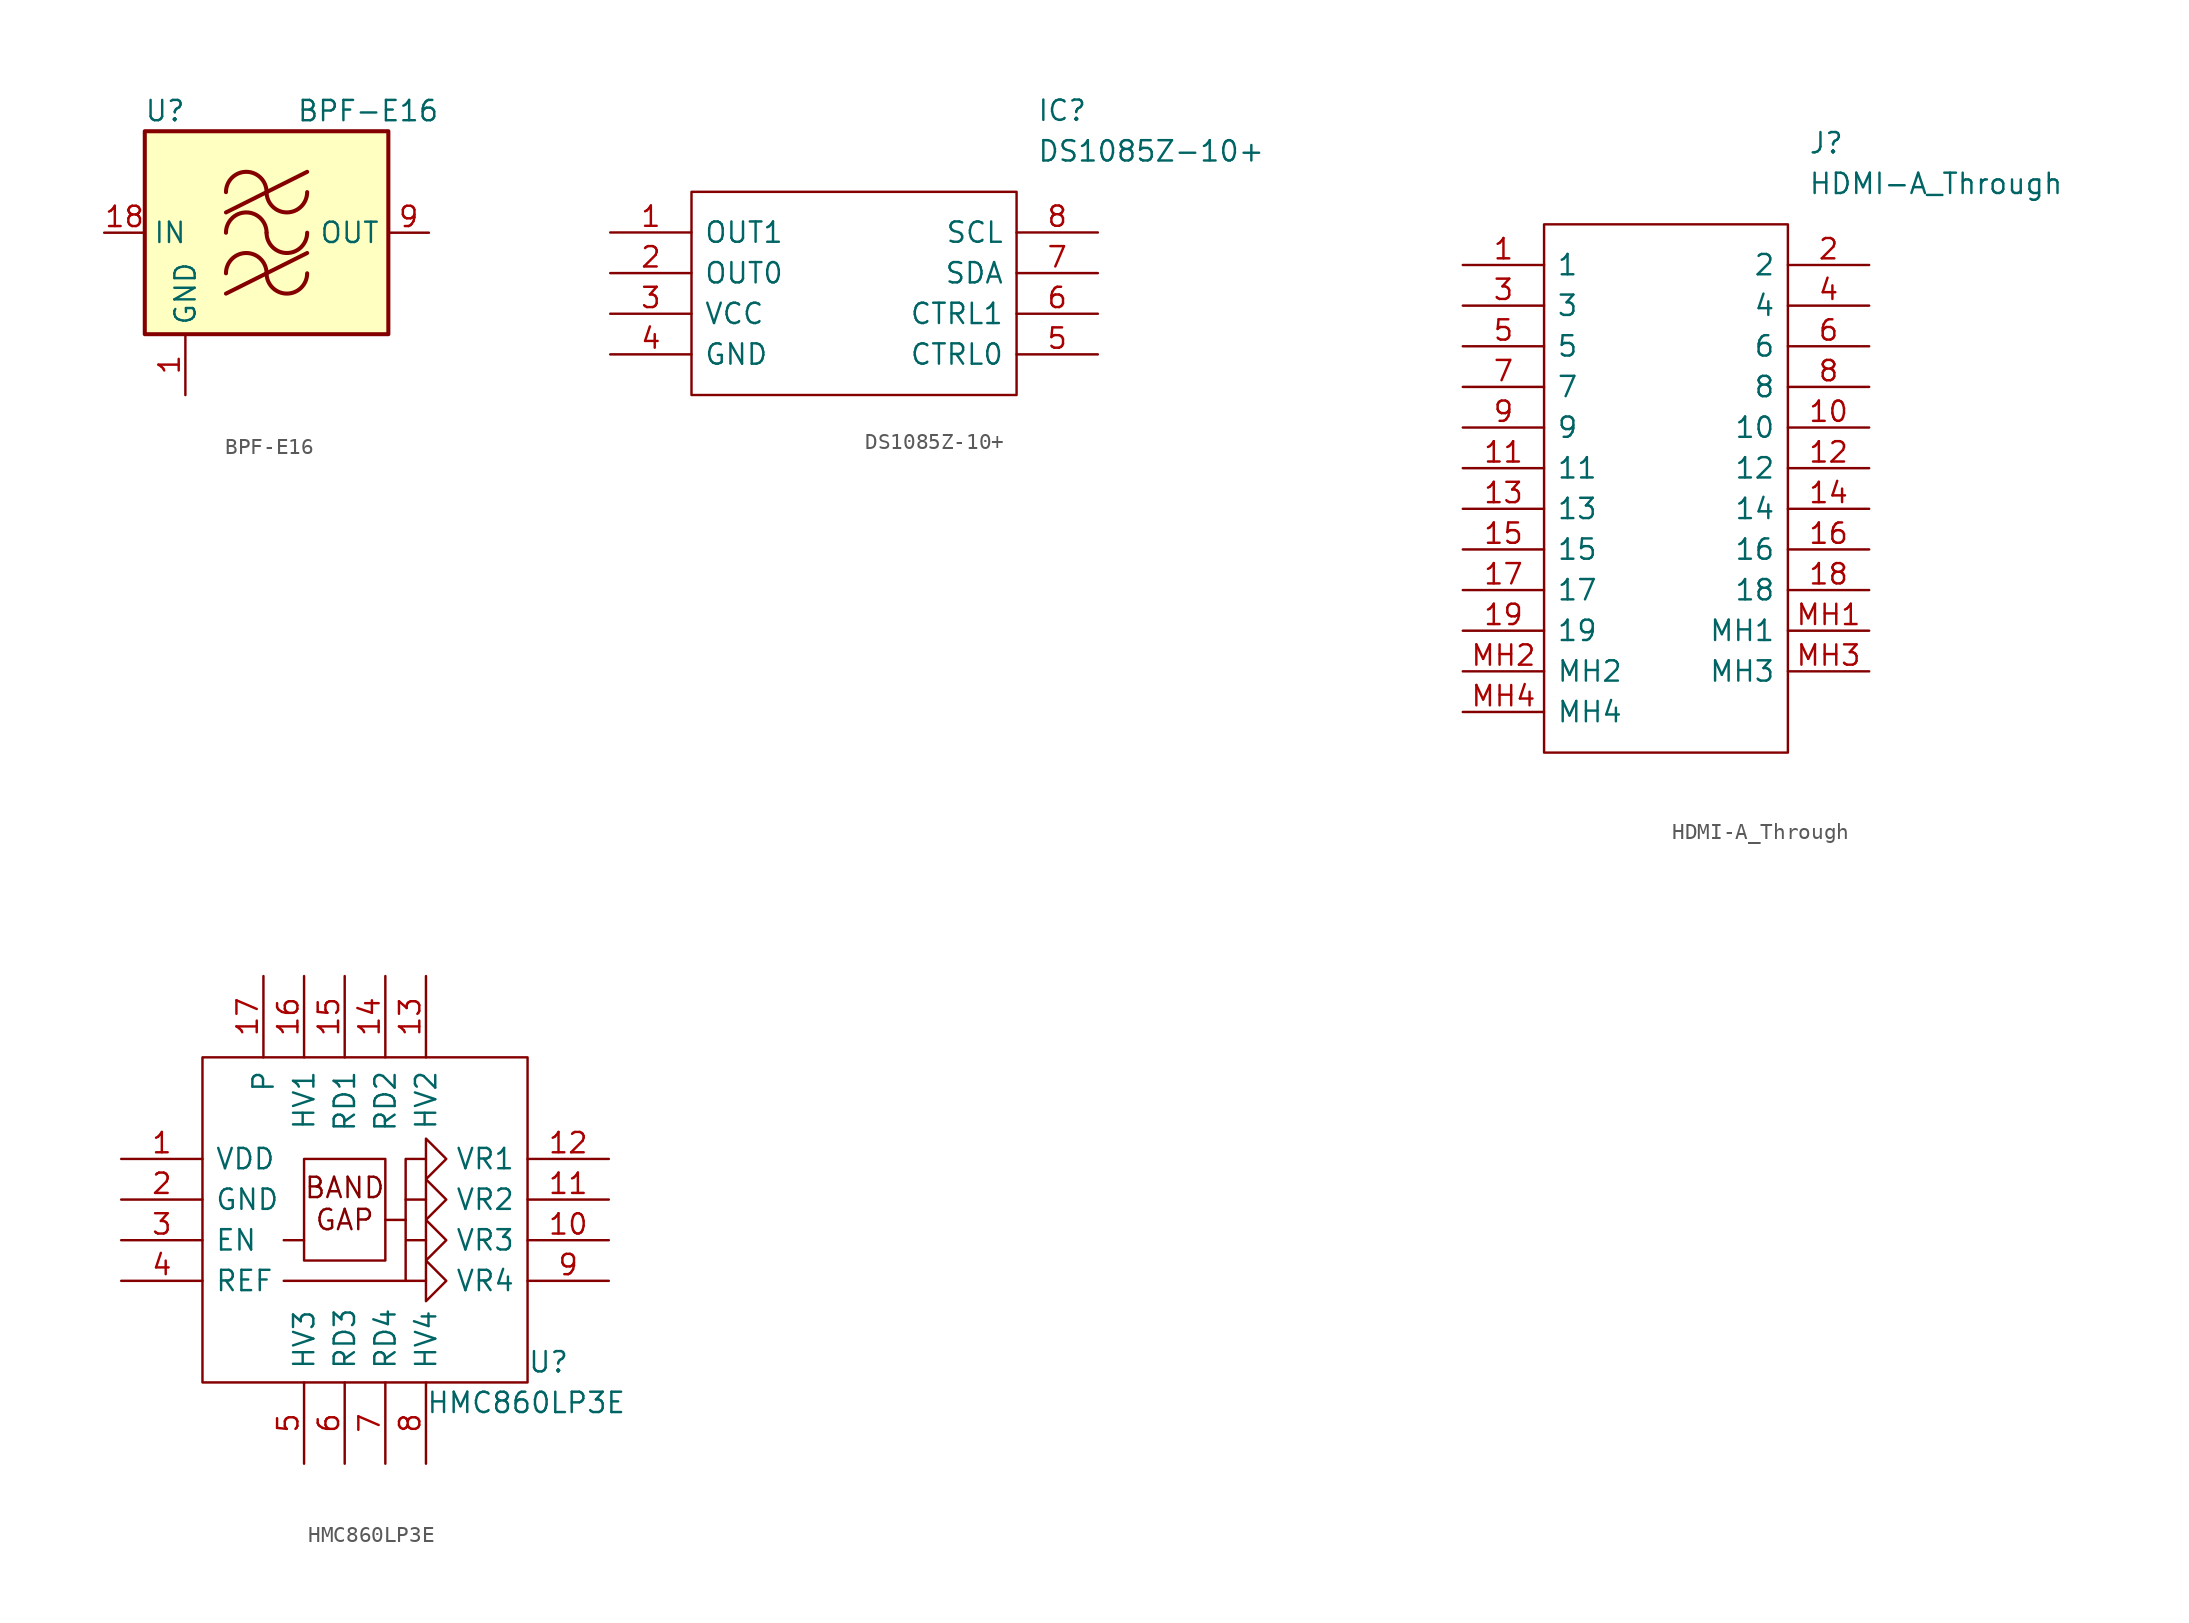
<source format=kicad_sym>
(kicad_symbol_lib
  (version 20211014)
  (generator kicad_symbol_editor)
  (symbol "BPF-E16"
    (property "Reference" "U"
      (at -6.35 7.62 0)
      (effects (font (size 1.27 1.27))))
    (property "Value" "BPF-E16"
      (at 6.35 7.62 0)
      (effects (font (size 1.27 1.27))))
    (symbol "BPF-E16_0_1"
      (rectangle (start -7.62 6.35) (end 7.62 -6.35) (stroke (width 0.254) (type default) (color 0 0 0 0)) (fill (type background)))
      (arc (start 0 -2.54) (mid -1.27 -1.27) (end -2.54 -2.54) (stroke (width 0.254) (type default) (color 0 0 0 0)) (fill (type none)))
      (arc (start 0 -2.54) (mid 1.27 -3.81) (end 2.54 -2.54) (stroke (width 0.254) (type default) (color 0 0 0 0)) (fill (type none)))
      (arc (start 0 0) (mid -1.27 1.27) (end -2.54 0) (stroke (width 0.254) (type default) (color 0 0 0 0)) (fill (type none)))
      (polyline (pts (xy -2.54 -3.81) (xy 2.54 -1.27)) (stroke (width 0.254) (type default) (color 0 0 0 0)) (fill (type none)))
      (polyline (pts (xy -2.54 1.27) (xy 2.54 3.81)) (stroke (width 0.254) (type default) (color 0 0 0 0)) (fill (type none)))
      (arc (start 0 0) (mid 1.27 -1.27) (end 2.54 0) (stroke (width 0.254) (type default) (color 0 0 0 0)) (fill (type none)))
      (arc (start 0 2.54) (mid -1.27 3.81) (end -2.54 2.54) (stroke (width 0.254) (type default) (color 0 0 0 0)) (fill (type none)))
      (arc (start 0 2.54) (mid 1.27 1.27) (end 2.54 2.54) (stroke (width 0.254) (type default) (color 0 0 0 0)) (fill (type none))))
    (symbol "BPF-E16_1_1"
      (pin power_in line (at -5.08 -10.16 90) (length 3.81) (name "GND" (effects (font (size 1.27 1.27)))) (number "1" (effects (font (size 1.27 1.27)))))
      (pin passive line (at -5.08 -10.16 90) (length 3.81) hide (name "GND" (effects (font (size 1.27 1.27)))) (number "10" (effects (font (size 1.27 1.27)))))
      (pin passive line (at -5.08 -10.16 90) (length 3.81) hide (name "GND" (effects (font (size 1.27 1.27)))) (number "11" (effects (font (size 1.27 1.27)))))
      (pin passive line (at -5.08 -10.16 90) (length 3.81) hide (name "GND" (effects (font (size 1.27 1.27)))) (number "12" (effects (font (size 1.27 1.27)))))
      (pin passive line (at -5.08 -10.16 90) (length 3.81) hide (name "GND" (effects (font (size 1.27 1.27)))) (number "13" (effects (font (size 1.27 1.27)))))
      (pin passive line (at -5.08 -10.16 90) (length 3.81) hide (name "GND" (effects (font (size 1.27 1.27)))) (number "14" (effects (font (size 1.27 1.27)))))
      (pin passive line (at -5.08 -10.16 90) (length 3.81) hide (name "GND" (effects (font (size 1.27 1.27)))) (number "15" (effects (font (size 1.27 1.27)))))
      (pin passive line (at -5.08 -10.16 90) (length 3.81) hide (name "GND" (effects (font (size 1.27 1.27)))) (number "16" (effects (font (size 1.27 1.27)))))
      (pin passive line (at -5.08 -10.16 90) (length 3.81) hide (name "GND" (effects (font (size 1.27 1.27)))) (number "17" (effects (font (size 1.27 1.27)))))
      (pin input line (at -10.16 0 0) (length 2.54) (name "IN" (effects (font (size 1.27 1.27)))) (number "18" (effects (font (size 1.27 1.27)))))
      (pin passive line (at -5.08 -10.16 90) (length 3.81) hide (name "GND" (effects (font (size 1.27 1.27)))) (number "19" (effects (font (size 1.27 1.27)))))
      (pin passive line (at -5.08 -10.16 90) (length 3.81) hide (name "GND" (effects (font (size 1.27 1.27)))) (number "2" (effects (font (size 1.27 1.27)))))
      (pin passive line (at -5.08 -10.16 90) (length 3.81) hide (name "GND" (effects (font (size 1.27 1.27)))) (number "20" (effects (font (size 1.27 1.27)))))
      (pin passive line (at -5.08 -10.16 90) (length 3.81) hide (name "GND" (effects (font (size 1.27 1.27)))) (number "3" (effects (font (size 1.27 1.27)))))
      (pin passive line (at -5.08 -10.16 90) (length 3.81) hide (name "GND" (effects (font (size 1.27 1.27)))) (number "4" (effects (font (size 1.27 1.27)))))
      (pin passive line (at -5.08 -10.16 90) (length 3.81) hide (name "GND" (effects (font (size 1.27 1.27)))) (number "5" (effects (font (size 1.27 1.27)))))
      (pin passive line (at -5.08 -10.16 90) (length 3.81) hide (name "GND" (effects (font (size 1.27 1.27)))) (number "6" (effects (font (size 1.27 1.27)))))
      (pin passive line (at -5.08 -10.16 90) (length 3.81) hide (name "GND" (effects (font (size 1.27 1.27)))) (number "7" (effects (font (size 1.27 1.27)))))
      (pin passive line (at -5.08 -10.16 90) (length 3.81) hide (name "GND" (effects (font (size 1.27 1.27)))) (number "8" (effects (font (size 1.27 1.27)))))
      (pin output line (at 10.16 0 180) (length 2.54) (name "OUT" (effects (font (size 1.27 1.27)))) (number "9" (effects (font (size 1.27 1.27)))))))
  (symbol "DS1085Z-10+"
    (pin_names
      (offset 0.762))
    (property "Reference" "IC"
      (at 11.43 11.43 0)
      (effects (font (size 1.27 1.27)) (justify left)))
    (property "Value" "DS1085Z-10+"
      (at 11.43 8.89 0)
      (effects (font (size 1.27 1.27)) (justify left)))
    (symbol "DS1085Z-10+_0_0"
      (pin output line (at -15.24 3.81 0) (length 5.08) (name "OUT1" (effects (font (size 1.27 1.27)))) (number "1" (effects (font (size 1.27 1.27)))))
      (pin output line (at -15.24 1.27 0) (length 5.08) (name "OUT0" (effects (font (size 1.27 1.27)))) (number "2" (effects (font (size 1.27 1.27)))))
      (pin power_in line (at -15.24 -1.27 0) (length 5.08) (name "VCC" (effects (font (size 1.27 1.27)))) (number "3" (effects (font (size 1.27 1.27)))))
      (pin power_in line (at -15.24 -3.81 0) (length 5.08) (name "GND" (effects (font (size 1.27 1.27)))) (number "4" (effects (font (size 1.27 1.27)))))
      (pin passive line (at 15.24 -3.81 180) (length 5.08) (name "CTRL0" (effects (font (size 1.27 1.27)))) (number "5" (effects (font (size 1.27 1.27)))))
      (pin passive line (at 15.24 -1.27 180) (length 5.08) (name "CTRL1" (effects (font (size 1.27 1.27)))) (number "6" (effects (font (size 1.27 1.27)))))
      (pin passive line (at 15.24 1.27 180) (length 5.08) (name "SDA" (effects (font (size 1.27 1.27)))) (number "7" (effects (font (size 1.27 1.27)))))
      (pin passive line (at 15.24 3.81 180) (length 5.08) (name "SCL" (effects (font (size 1.27 1.27)))) (number "8" (effects (font (size 1.27 1.27))))))
    (symbol "DS1085Z-10+_0_1"
      (polyline (pts (xy -10.16 6.35) (xy 10.16 6.35) (xy 10.16 -6.35) (xy -10.16 -6.35) (xy -10.16 6.35)) (stroke (width 0.152) (type default) (color 0 0 0 0)) (fill (type none)))))
  (symbol "HDMI-A_Through"
    (pin_names
      (offset 0.762))
    (property "Reference" "J"
      (at 21.59 7.62 0)
      (effects (font (size 1.27 1.27)) (justify left)))
    (property "Value" "HDMI-A_Through"
      (at 21.59 5.08 0)
      (effects (font (size 1.27 1.27)) (justify left)))
    (symbol "HDMI-A_Through_0_0"
      (pin bidirectional line (at 0 0 0) (length 5.08) (name "1" (effects (font (size 1.27 1.27)))) (number "1" (effects (font (size 1.27 1.27)))))
      (pin bidirectional line (at 25.4 -10.16 180) (length 5.08) (name "10" (effects (font (size 1.27 1.27)))) (number "10" (effects (font (size 1.27 1.27)))))
      (pin bidirectional line (at 0 -12.7 0) (length 5.08) (name "11" (effects (font (size 1.27 1.27)))) (number "11" (effects (font (size 1.27 1.27)))))
      (pin bidirectional line (at 25.4 -12.7 180) (length 5.08) (name "12" (effects (font (size 1.27 1.27)))) (number "12" (effects (font (size 1.27 1.27)))))
      (pin bidirectional line (at 0 -15.24 0) (length 5.08) (name "13" (effects (font (size 1.27 1.27)))) (number "13" (effects (font (size 1.27 1.27)))))
      (pin bidirectional line (at 25.4 -15.24 180) (length 5.08) (name "14" (effects (font (size 1.27 1.27)))) (number "14" (effects (font (size 1.27 1.27)))))
      (pin bidirectional line (at 0 -17.78 0) (length 5.08) (name "15" (effects (font (size 1.27 1.27)))) (number "15" (effects (font (size 1.27 1.27)))))
      (pin power_in line (at 25.4 -17.78 180) (length 5.08) (name "16" (effects (font (size 1.27 1.27)))) (number "16" (effects (font (size 1.27 1.27)))))
      (pin bidirectional line (at 0 -20.32 0) (length 5.08) (name "17" (effects (font (size 1.27 1.27)))) (number "17" (effects (font (size 1.27 1.27)))))
      (pin bidirectional line (at 25.4 -20.32 180) (length 5.08) (name "18" (effects (font (size 1.27 1.27)))) (number "18" (effects (font (size 1.27 1.27)))))
      (pin bidirectional line (at 0 -22.86 0) (length 5.08) (name "19" (effects (font (size 1.27 1.27)))) (number "19" (effects (font (size 1.27 1.27)))))
      (pin bidirectional line (at 25.4 0 180) (length 5.08) (name "2" (effects (font (size 1.27 1.27)))) (number "2" (effects (font (size 1.27 1.27)))))
      (pin bidirectional line (at 0 -2.54 0) (length 5.08) (name "3" (effects (font (size 1.27 1.27)))) (number "3" (effects (font (size 1.27 1.27)))))
      (pin bidirectional line (at 25.4 -2.54 180) (length 5.08) (name "4" (effects (font (size 1.27 1.27)))) (number "4" (effects (font (size 1.27 1.27)))))
      (pin bidirectional line (at 0 -5.08 0) (length 5.08) (name "5" (effects (font (size 1.27 1.27)))) (number "5" (effects (font (size 1.27 1.27)))))
      (pin bidirectional line (at 25.4 -5.08 180) (length 5.08) (name "6" (effects (font (size 1.27 1.27)))) (number "6" (effects (font (size 1.27 1.27)))))
      (pin bidirectional line (at 0 -7.62 0) (length 5.08) (name "7" (effects (font (size 1.27 1.27)))) (number "7" (effects (font (size 1.27 1.27)))))
      (pin bidirectional line (at 25.4 -7.62 180) (length 5.08) (name "8" (effects (font (size 1.27 1.27)))) (number "8" (effects (font (size 1.27 1.27)))))
      (pin bidirectional line (at 0 -10.16 0) (length 5.08) (name "9" (effects (font (size 1.27 1.27)))) (number "9" (effects (font (size 1.27 1.27)))))
      (pin power_in line (at 25.4 -22.86 180) (length 5.08) (name "MH1" (effects (font (size 1.27 1.27)))) (number "MH1" (effects (font (size 1.27 1.27)))))
      (pin power_in line (at 0 -25.4 0) (length 5.08) (name "MH2" (effects (font (size 1.27 1.27)))) (number "MH2" (effects (font (size 1.27 1.27)))))
      (pin power_in line (at 25.4 -25.4 180) (length 5.08) (name "MH3" (effects (font (size 1.27 1.27)))) (number "MH3" (effects (font (size 1.27 1.27)))))
      (pin power_in line (at 0 -27.94 0) (length 5.08) (name "MH4" (effects (font (size 1.27 1.27)))) (number "MH4" (effects (font (size 1.27 1.27))))))
    (symbol "HDMI-A_Through_0_1"
      (polyline (pts (xy 5.08 2.54) (xy 20.32 2.54) (xy 20.32 -30.48) (xy 5.08 -30.48) (xy 5.08 2.54)) (stroke (width 0.152) (type default) (color 0 0 0 0)) (fill (type none)))))
  (symbol "HMC860LP3E"
    (pin_names
      (offset 0.762))
    (property "Reference" "U"
      (at 10.16 -8.89 0)
      (effects (font (size 1.27 1.27)) (justify left)))
    (property "Value" "HMC860LP3E"
      (at 3.81 -11.43 0)
      (effects (font (size 1.27 1.27)) (justify left)))
    (symbol "HMC860LP3E_0_0"
      (rectangle (start -10.16 10.16) (end 10.16 -10.16) (stroke (width 0) (type default) (color 0 0 0 0)) (fill (type none)))
      (polyline (pts (xy -3.81 -1.27) (xy -5.08 -1.27)) (stroke (width 0) (type default) (color 0 0 0 0)) (fill (type none)))
      (polyline (pts (xy 1.27 0) (xy 2.54 0)) (stroke (width 0) (type default) (color 0 0 0 0)) (fill (type none)))
      (polyline (pts (xy 2.54 -3.81) (xy -5.08 -3.81)) (stroke (width 0) (type default) (color 0 0 0 0)) (fill (type none)))
      (polyline (pts (xy 2.54 1.27) (xy 2.54 3.81) (xy 3.81 3.81)) (stroke (width 0) (type default) (color 0 0 0 0)) (fill (type none)))
      (text "BAND" (at -1.27 2.007 0) (effects (font (size 1.27 1.27))))
      (text "GAP" (at -1.27 0 0) (effects (font (size 1.27 1.27))))
      (pin power_in line (at -15.24 3.81 0) (length 5.08) (name "VDD" (effects (font (size 1.27 1.27)))) (number "1" (effects (font (size 1.27 1.27)))))
      (pin output line (at 15.24 -1.27 180) (length 5.08) (name "VR3" (effects (font (size 1.27 1.27)))) (number "10" (effects (font (size 1.27 1.27)))))
      (pin output line (at 15.24 1.27 180) (length 5.08) (name "VR2" (effects (font (size 1.27 1.27)))) (number "11" (effects (font (size 1.27 1.27)))))
      (pin output line (at 15.24 3.81 180) (length 5.08) (name "VR1" (effects (font (size 1.27 1.27)))) (number "12" (effects (font (size 1.27 1.27)))))
      (pin input line (at 3.81 15.24 270) (length 5.08) (name "HV2" (effects (font (size 1.27 1.27)))) (number "13" (effects (font (size 1.27 1.27)))))
      (pin input line (at 1.27 15.24 270) (length 5.08) (name "RD2" (effects (font (size 1.27 1.27)))) (number "14" (effects (font (size 1.27 1.27)))))
      (pin input line (at -1.27 15.24 270) (length 5.08) (name "RD1" (effects (font (size 1.27 1.27)))) (number "15" (effects (font (size 1.27 1.27)))))
      (pin input line (at -3.81 15.24 270) (length 5.08) (name "HV1" (effects (font (size 1.27 1.27)))) (number "16" (effects (font (size 1.27 1.27)))))
      (pin power_in line (at -6.35 15.24 270) (length 5.08) (name "P" (effects (font (size 1.27 1.27)))) (number "17" (effects (font (size 1.27 1.27)))))
      (pin power_in line (at -15.24 1.27 0) (length 5.08) (name "GND" (effects (font (size 1.27 1.27)))) (number "2" (effects (font (size 1.27 1.27)))))
      (pin input line (at -15.24 -1.27 0) (length 5.08) (name "EN" (effects (font (size 1.27 1.27)))) (number "3" (effects (font (size 1.27 1.27)))))
      (pin output line (at -15.24 -3.81 0) (length 5.08) (name "REF" (effects (font (size 1.27 1.27)))) (number "4" (effects (font (size 1.27 1.27)))))
      (pin input line (at -3.81 -15.24 90) (length 5.08) (name "HV3" (effects (font (size 1.27 1.27)))) (number "5" (effects (font (size 1.27 1.27)))))
      (pin input line (at -1.27 -15.24 90) (length 5.08) (name "RD3" (effects (font (size 1.27 1.27)))) (number "6" (effects (font (size 1.27 1.27)))))
      (pin input line (at 1.27 -15.24 90) (length 5.08) (name "RD4" (effects (font (size 1.27 1.27)))) (number "7" (effects (font (size 1.27 1.27)))))
      (pin input line (at 3.81 -15.24 90) (length 5.08) (name "HV4" (effects (font (size 1.27 1.27)))) (number "8" (effects (font (size 1.27 1.27)))))
      (pin output line (at 15.24 -3.81 180) (length 5.08) (name "VR4" (effects (font (size 1.27 1.27)))) (number "9" (effects (font (size 1.27 1.27))))))
    (symbol "HMC860LP3E_0_1"
      (rectangle (start -3.81 3.81) (end 1.27 -2.54) (stroke (width 0) (type default) (color 0 0 0 0)) (fill (type none)))
      (polyline (pts (xy 3.81 1.27) (xy 2.54 1.27) (xy 2.54 -1.27) (xy 3.81 -1.27) (xy 2.54 -1.27) (xy 2.54 -3.81) (xy 3.81 -3.81)) (stroke (width 0) (type default) (color 0 0 0 0)) (fill (type none)))
      (polyline (pts (xy 5.08 3.81) (xy 3.81 5.08) (xy 3.81 2.54) (xy 5.08 3.81) (xy 3.81 2.54) (xy 5.08 1.27) (xy 3.81 0) (xy 3.81 2.54) (xy 3.81 -2.54) (xy 5.08 -1.27) (xy 3.81 0) (xy 3.81 -5.08) (xy 5.08 -3.81) (xy 3.81 -2.54)) (stroke (width 0) (type default) (color 0 0 0 0)) (fill (type none))))))
</source>
